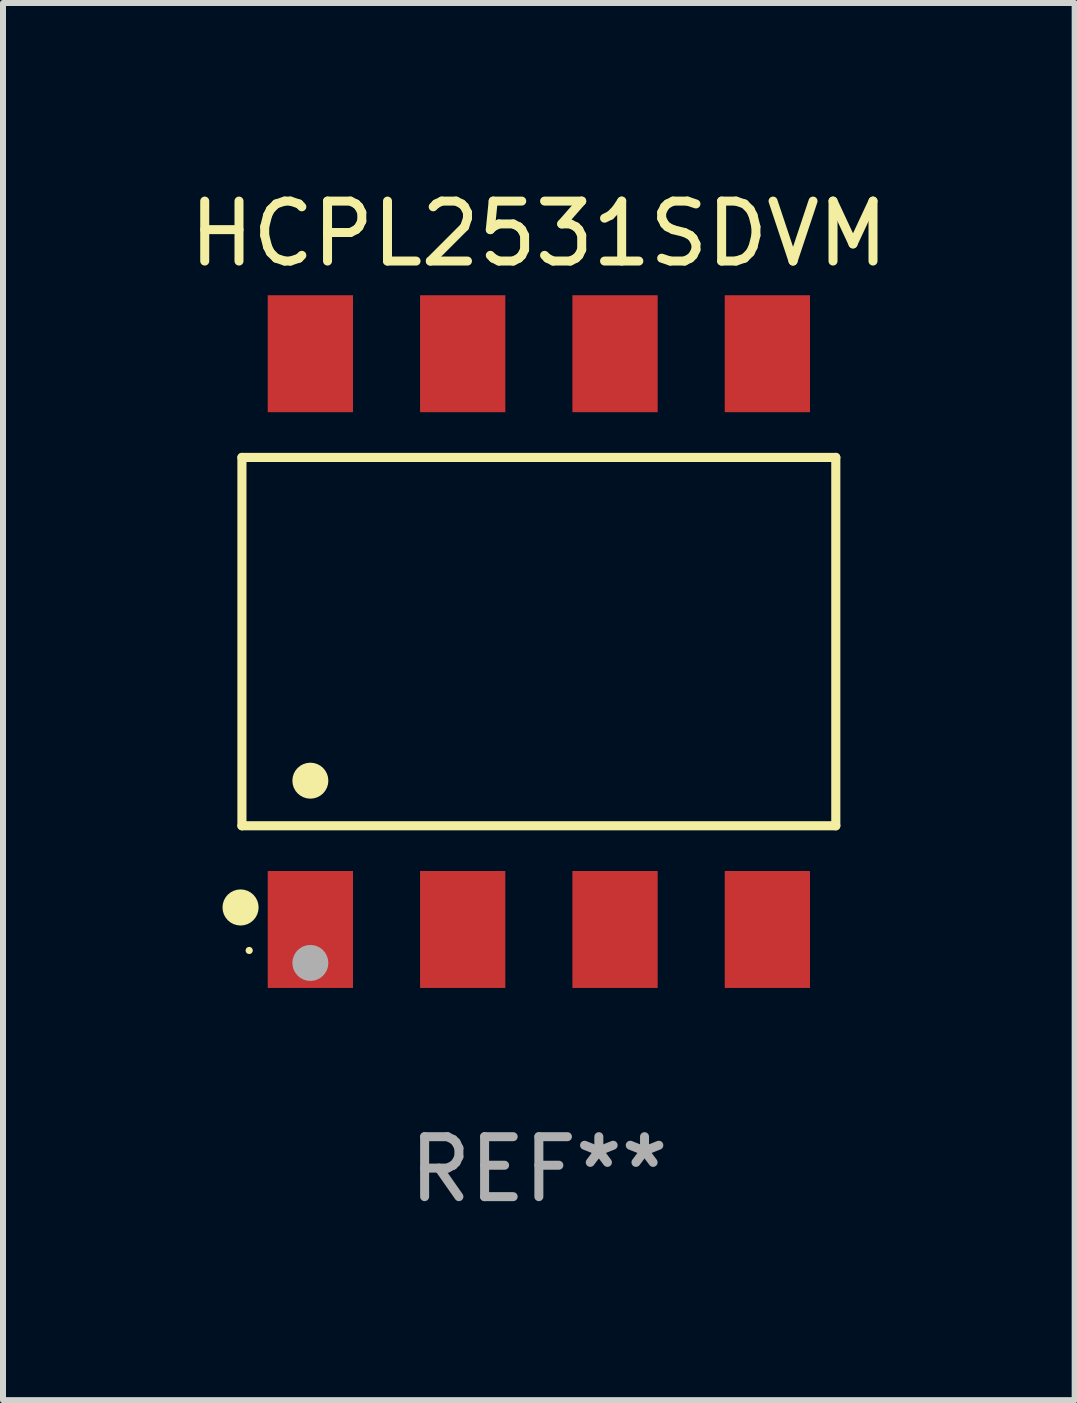
<source format=kicad_pcb>
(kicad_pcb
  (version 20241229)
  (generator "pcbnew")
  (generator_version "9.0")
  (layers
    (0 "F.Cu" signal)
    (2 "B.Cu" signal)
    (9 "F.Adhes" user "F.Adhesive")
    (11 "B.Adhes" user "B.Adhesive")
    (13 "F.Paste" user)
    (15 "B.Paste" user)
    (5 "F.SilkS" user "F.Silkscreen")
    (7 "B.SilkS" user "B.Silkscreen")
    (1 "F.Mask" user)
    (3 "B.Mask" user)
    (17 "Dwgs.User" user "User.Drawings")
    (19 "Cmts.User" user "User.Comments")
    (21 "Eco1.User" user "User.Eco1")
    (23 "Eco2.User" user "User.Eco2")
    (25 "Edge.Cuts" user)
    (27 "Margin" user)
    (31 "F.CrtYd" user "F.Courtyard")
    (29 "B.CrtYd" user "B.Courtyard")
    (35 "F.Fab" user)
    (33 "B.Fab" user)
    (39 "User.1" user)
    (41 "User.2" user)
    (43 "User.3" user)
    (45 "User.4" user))
  (footprint "HCPL2531SDVM"
    (layer "F.Cu")
    (at 5.935 7.648)
    (property "Reference" "HCPL2531SDVM" (at 0 -6.8 0) (layer "F.SilkS") (effects (font (size 1 1) (thickness 0.15))))
    (attr through_hole)
    (fp_line (start -4.951 -3.071) (end 4.951 -3.071) (stroke (width 0.152) (type solid)) (layer "F.SilkS"))
    (fp_line (start -4.951 3.071) (end -4.951 -3.071) (stroke (width 0.152) (type solid)) (layer "F.SilkS"))
    (fp_line (start 4.951 -3.071) (end 4.951 3.071) (stroke (width 0.152) (type solid)) (layer "F.SilkS"))
    (fp_line (start 4.951 3.071) (end -4.951 3.071) (stroke (width 0.152) (type solid)) (layer "F.SilkS"))
    (fp_circle (center -4.974 4.433) (end -4.823 4.433) (stroke (width 0.3) (type solid)) (fill no) (layer "F.SilkS"))
    (fp_circle (center -4.83 5.15) (end -4.8 5.15) (stroke (width 0.06) (type solid)) (fill no) (layer "F.SilkS"))
    (fp_circle (center -3.81 2.319) (end -3.66 2.319) (stroke (width 0.3) (type solid)) (fill no) (layer "F.SilkS"))
    (fp_circle (center -3.81 5.358) (end -3.66 5.358) (stroke (width 0.3) (type solid)) (fill no) (layer "F.Fab"))
    (fp_text user "REF**" (at 0 8.8 0) (layer "F.Fab") (effects (font (size 1 1) (thickness 0.15))))
    (pad "1" smd rect (at -3.81 4.8) (size 1.422 1.95) (layers "F.Cu" "F.Mask" "F.Paste"))
    (pad "2" smd rect (at -1.27 4.8) (size 1.422 1.95) (layers "F.Cu" "F.Mask" "F.Paste"))
    (pad "3" smd rect (at 1.27 4.8) (size 1.422 1.95) (layers "F.Cu" "F.Mask" "F.Paste"))
    (pad "4" smd rect (at 3.81 4.8) (size 1.422 1.95) (layers "F.Cu" "F.Mask" "F.Paste"))
    (pad "5" smd rect (at 3.81 -4.8) (size 1.422 1.95) (layers "F.Cu" "F.Mask" "F.Paste"))
    (pad "6" smd rect (at 1.27 -4.8) (size 1.422 1.95) (layers "F.Cu" "F.Mask" "F.Paste"))
    (pad "7" smd rect (at -1.27 -4.8) (size 1.422 1.95) (layers "F.Cu" "F.Mask" "F.Paste"))
    (pad "8" smd rect (at -3.81 -4.8) (size 1.422 1.95) (layers "F.Cu" "F.Mask" "F.Paste")))
  (gr_rect
    (start -3 -3)
    (end 14.869 20.296)
    (stroke (width 0.1) (type default))
    (fill no)
    (layer "Edge.Cuts")))
</source>
